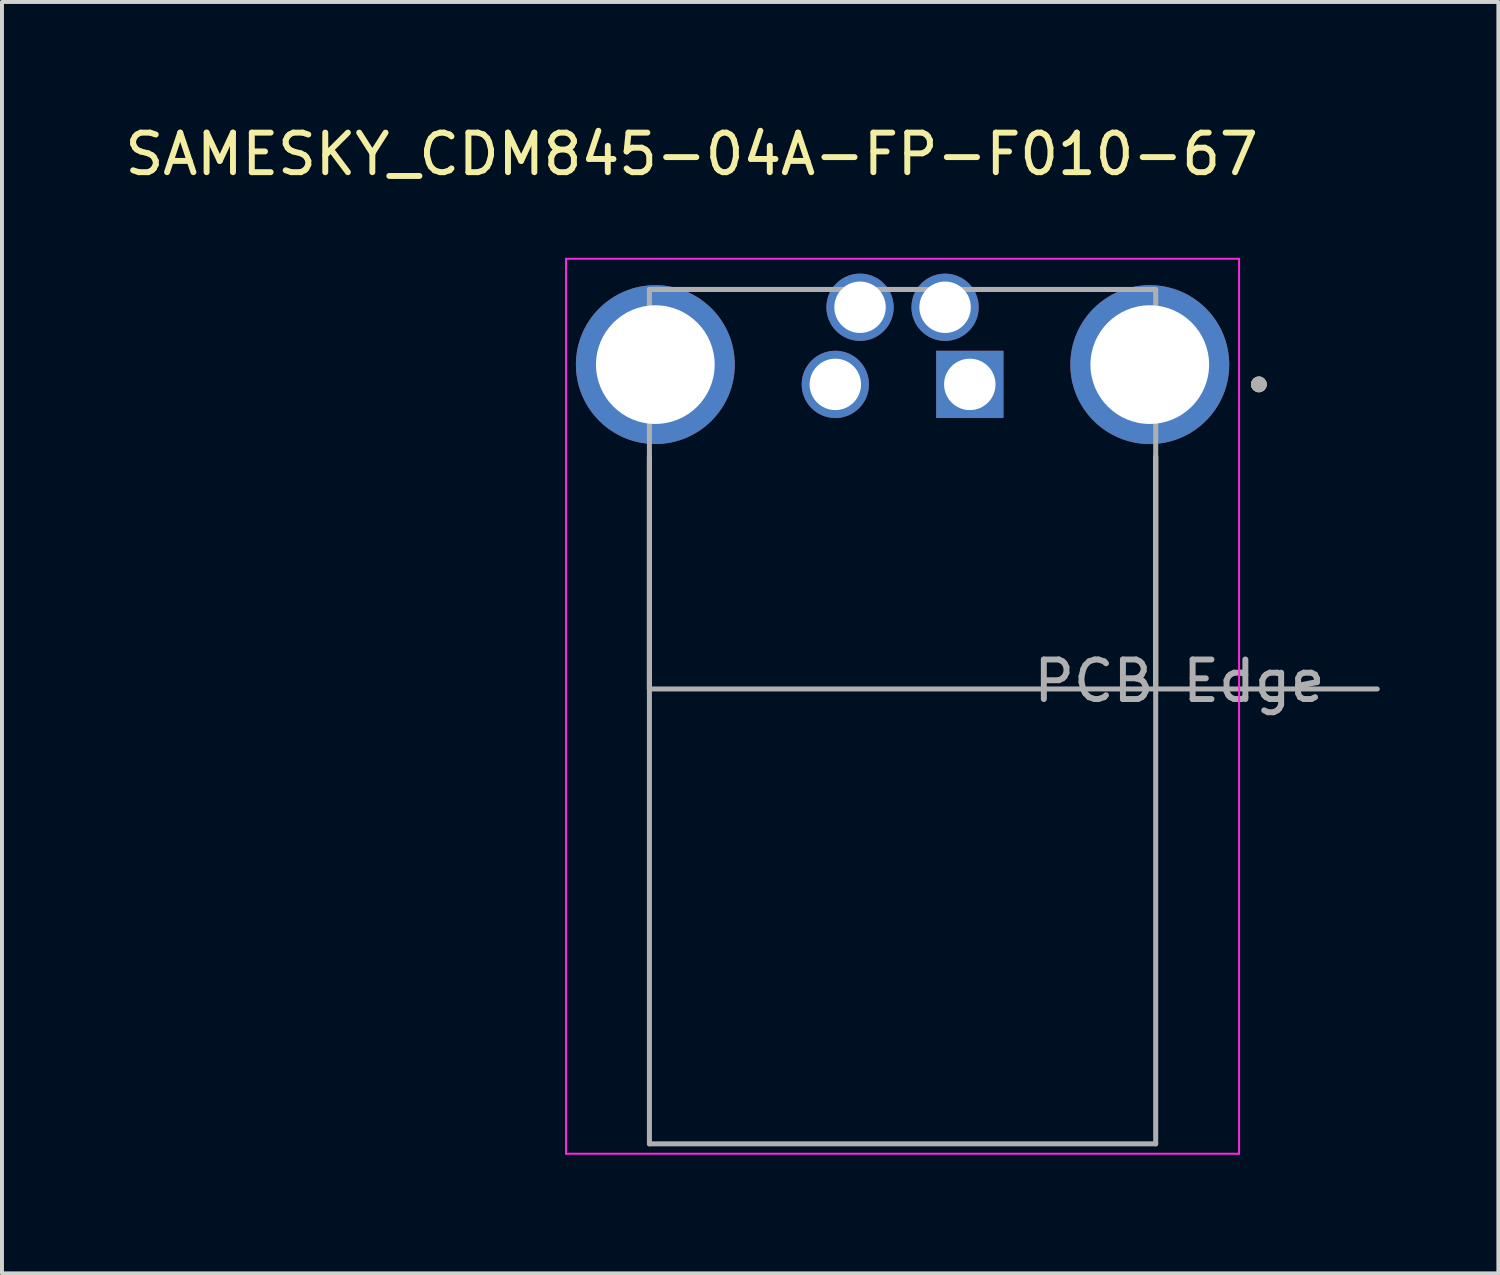
<source format=kicad_pcb>
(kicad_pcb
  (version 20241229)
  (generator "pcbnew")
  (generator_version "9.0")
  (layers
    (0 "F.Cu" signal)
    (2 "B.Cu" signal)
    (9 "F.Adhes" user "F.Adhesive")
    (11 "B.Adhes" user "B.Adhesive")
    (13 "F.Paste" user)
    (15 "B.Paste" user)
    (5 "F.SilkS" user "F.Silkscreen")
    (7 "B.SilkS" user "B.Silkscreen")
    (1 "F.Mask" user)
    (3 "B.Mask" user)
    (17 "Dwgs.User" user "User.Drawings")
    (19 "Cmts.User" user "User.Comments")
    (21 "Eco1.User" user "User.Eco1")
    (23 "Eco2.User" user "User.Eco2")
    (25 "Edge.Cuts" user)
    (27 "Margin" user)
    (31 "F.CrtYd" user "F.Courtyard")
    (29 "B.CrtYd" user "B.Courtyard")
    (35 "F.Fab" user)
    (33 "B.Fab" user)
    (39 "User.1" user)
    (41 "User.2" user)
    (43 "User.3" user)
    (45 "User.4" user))
  (footprint "SAMESKY_CDM845-04A-FP-F010-67"
    (layer "F.Cu")
    (at 19.768 6.168)
    (property "Reference" "SAMESKY_CDM845-04A-FP-F010-67" (at -5.333 -5.32 0) (layer "F.SilkS") (effects (font (size 1 1) (thickness 0.15))))
    (attr through_hole)
    (fp_line (start -6.4 8.2) (end -6.4 2.328) (stroke (width 0.127) (type solid)) (layer "F.SilkS"))
    (fp_line (start 6.4 8.2) (end 6.4 2.328) (stroke (width 0.127) (type solid)) (layer "F.SilkS"))
    (fp_circle (center 9.008 0.5) (end 9.108 0.5) (stroke (width 0.2) (type solid)) (fill no) (layer "F.SilkS"))
    (fp_line (start -8.508 -2.676) (end -8.508 19.95) (stroke (width 0.05) (type solid)) (layer "F.CrtYd"))
    (fp_line (start -8.508 19.95) (end 8.508 19.95) (stroke (width 0.05) (type solid)) (layer "F.CrtYd"))
    (fp_line (start 8.508 -2.676) (end -8.508 -2.676) (stroke (width 0.05) (type solid)) (layer "F.CrtYd"))
    (fp_line (start 8.508 19.95) (end 8.508 -2.676) (stroke (width 0.05) (type solid)) (layer "F.CrtYd"))
    (fp_line (start -6.4 -1.9) (end 6.4 -1.9) (stroke (width 0.127) (type solid)) (layer "F.Fab"))
    (fp_line (start -6.4 8.2) (end -6.4 -1.9) (stroke (width 0.127) (type solid)) (layer "F.Fab"))
    (fp_line (start -6.4 8.2) (end 12 8.2) (stroke (width 0.127) (type solid)) (layer "F.Fab"))
    (fp_line (start -6.4 19.7) (end -6.4 8.2) (stroke (width 0.127) (type solid)) (layer "F.Fab"))
    (fp_line (start 6.4 -1.9) (end 6.4 19.7) (stroke (width 0.127) (type solid)) (layer "F.Fab"))
    (fp_line (start 6.4 19.7) (end -6.4 19.7) (stroke (width 0.127) (type solid)) (layer "F.Fab"))
    (fp_circle (center 9.008 0.5) (end 9.108 0.5) (stroke (width 0.2) (type solid)) (fill no) (layer "F.Fab"))
    (fp_text user "PCB Edge" (at 7 8 0) (layer "F.Fab") (effects (font (size 1 1) (thickness 0.15))))
    (pad "1" thru_hole rect (at 1.7 0.5) (size 1.7 1.7) (drill 1.3) (layers "*.Cu" "*.Mask"))
    (pad "2" thru_hole circle (at 1.075 -1.45) (size 1.7 1.7) (drill 1.3) (layers "*.Cu" "*.Mask"))
    (pad "3" thru_hole circle (at -1.7 0.5) (size 1.7 1.7) (drill 1.3) (layers "*.Cu" "*.Mask"))
    (pad "4" thru_hole circle (at -1.075 -1.45) (size 1.7 1.7) (drill 1.3) (layers "*.Cu" "*.Mask"))
    (pad "SH1" thru_hole circle (at 6.25 0) (size 4.016 4.016) (drill 3) (layers "*.Cu" "*.Mask"))
    (pad "SH2" thru_hole circle (at -6.25 0) (size 4.016 4.016) (drill 3) (layers "*.Cu" "*.Mask")))
  (gr_rect
    (start -3 -3)
    (end 34.831 29.143)
    (stroke (width 0.1) (type default))
    (fill no)
    (layer "Edge.Cuts")))
</source>
